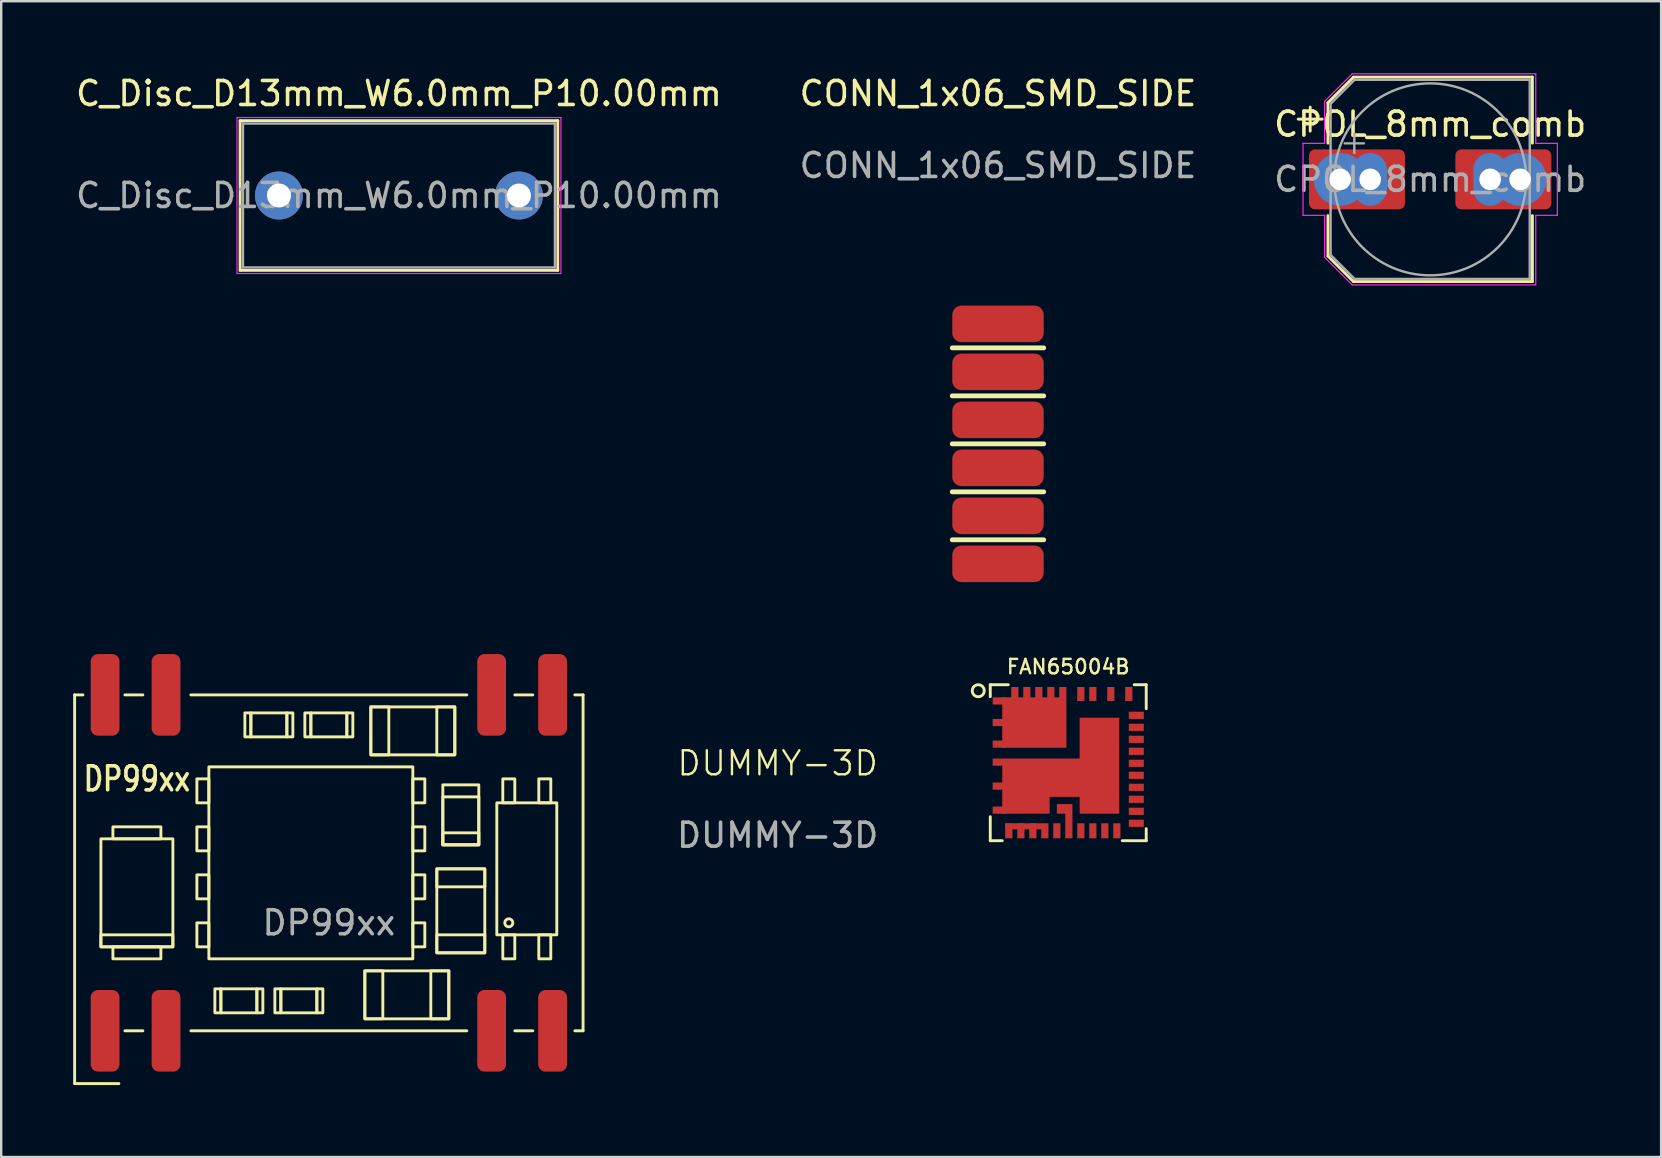
<source format=kicad_pcb>
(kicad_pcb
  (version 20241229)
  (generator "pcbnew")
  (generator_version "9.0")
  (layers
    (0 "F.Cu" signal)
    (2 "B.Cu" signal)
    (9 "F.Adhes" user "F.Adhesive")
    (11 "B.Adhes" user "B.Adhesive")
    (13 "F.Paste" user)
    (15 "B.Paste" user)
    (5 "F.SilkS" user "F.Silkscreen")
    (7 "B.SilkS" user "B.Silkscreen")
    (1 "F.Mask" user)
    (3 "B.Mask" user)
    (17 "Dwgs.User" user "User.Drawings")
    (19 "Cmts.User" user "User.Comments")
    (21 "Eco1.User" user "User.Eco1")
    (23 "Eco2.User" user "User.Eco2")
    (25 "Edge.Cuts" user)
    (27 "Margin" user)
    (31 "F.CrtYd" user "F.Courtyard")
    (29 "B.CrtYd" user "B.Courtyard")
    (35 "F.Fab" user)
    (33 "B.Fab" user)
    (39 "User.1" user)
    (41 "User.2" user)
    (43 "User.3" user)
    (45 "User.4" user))
  (footprint "C_Disc_D13mm_W6.0mm_P10.00mm"
    (layer "F.Cu")
    (at 8.577 5.098)
    (property "Reference" "C_Disc_D13mm_W6.0mm_P10.00mm" (at 5 -4.25 0) (layer "F.SilkS") (effects (font (size 1 1) (thickness 0.15))))
    (attr through_hole)
    (fp_line (start -1.62 -3.12) (end -1.62 3.12) (stroke (width 0.12) (type solid)) (layer "F.SilkS"))
    (fp_line (start -1.62 -3.12) (end 11.62 -3.12) (stroke (width 0.12) (type solid)) (layer "F.SilkS"))
    (fp_line (start -1.62 3.12) (end 11.62 3.12) (stroke (width 0.12) (type solid)) (layer "F.SilkS"))
    (fp_line (start 11.62 -3.12) (end 11.62 3.12) (stroke (width 0.12) (type solid)) (layer "F.SilkS"))
    (fp_line (start -1.75 -3.25) (end -1.75 3.25) (stroke (width 0.05) (type solid)) (layer "F.CrtYd"))
    (fp_line (start -1.75 3.25) (end 11.75 3.25) (stroke (width 0.05) (type solid)) (layer "F.CrtYd"))
    (fp_line (start 11.75 -3.25) (end -1.75 -3.25) (stroke (width 0.05) (type solid)) (layer "F.CrtYd"))
    (fp_line (start 11.75 3.25) (end 11.75 -3.25) (stroke (width 0.05) (type solid)) (layer "F.CrtYd"))
    (fp_line (start -1.5 -3) (end -1.5 3) (stroke (width 0.1) (type solid)) (layer "F.Fab"))
    (fp_line (start -1.5 3) (end 11.5 3) (stroke (width 0.1) (type solid)) (layer "F.Fab"))
    (fp_line (start 11.5 -3) (end -1.5 -3) (stroke (width 0.1) (type solid)) (layer "F.Fab"))
    (fp_line (start 11.5 3) (end 11.5 -3) (stroke (width 0.1) (type solid)) (layer "F.Fab"))
    (fp_text user "${REFERENCE}" (at 5 0 0) (layer "F.Fab") (effects (font (size 1 1) (thickness 0.15))))
    (pad "1" thru_hole circle (at 0 0) (size 2 2) (drill 1) (layers "*.Cu" "*.Mask"))
    (pad "2" thru_hole circle (at 10 0) (size 2 2) (drill 1) (layers "*.Cu" "*.Mask")))
  (footprint "CPOL_8mm_comb"
    (layer "F.Cu")
    (at 56.554 4.425)
    (property "Reference" "CPOL_8mm_comb" (at 0 -2.3 0) (unlocked yes) (layer "F.SilkS") (effects (font (size 1 1) (thickness 0.15))))
    (attr through_hole)
    (fp_line (start -5.5 -2.51) (end -4.5 -2.51) (stroke (width 0.12) (type solid)) (layer "F.SilkS"))
    (fp_line (start -5 -3.01) (end -5 -2.01) (stroke (width 0.12) (type solid)) (layer "F.SilkS"))
    (fp_line (start -4.26 -3.196) (end -4.26 -1.51) (stroke (width 0.12) (type solid)) (layer "F.SilkS"))
    (fp_line (start -4.26 -3.196) (end -3.196 -4.26) (stroke (width 0.12) (type solid)) (layer "F.SilkS"))
    (fp_line (start -4.26 3.196) (end -4.26 1.51) (stroke (width 0.12) (type solid)) (layer "F.SilkS"))
    (fp_line (start -4.26 3.196) (end -3.196 4.26) (stroke (width 0.12) (type solid)) (layer "F.SilkS"))
    (fp_line (start -3.196 -4.26) (end 4.26 -4.26) (stroke (width 0.12) (type solid)) (layer "F.SilkS"))
    (fp_line (start -3.196 4.26) (end 4.26 4.26) (stroke (width 0.12) (type solid)) (layer "F.SilkS"))
    (fp_line (start 4.26 -4.26) (end 4.26 -1.51) (stroke (width 0.12) (type solid)) (layer "F.SilkS"))
    (fp_line (start 4.26 4.26) (end 4.26 1.51) (stroke (width 0.12) (type solid)) (layer "F.SilkS"))
    (fp_line (start -5.3 -1.5) (end -5.3 1.5) (stroke (width 0.05) (type solid)) (layer "F.CrtYd"))
    (fp_line (start -5.3 1.5) (end -4.4 1.5) (stroke (width 0.05) (type solid)) (layer "F.CrtYd"))
    (fp_line (start -4.4 -3.25) (end -4.4 -1.5) (stroke (width 0.05) (type solid)) (layer "F.CrtYd"))
    (fp_line (start -4.4 -3.25) (end -3.25 -4.4) (stroke (width 0.05) (type solid)) (layer "F.CrtYd"))
    (fp_line (start -4.4 -1.5) (end -5.3 -1.5) (stroke (width 0.05) (type solid)) (layer "F.CrtYd"))
    (fp_line (start -4.4 1.5) (end -4.4 3.25) (stroke (width 0.05) (type solid)) (layer "F.CrtYd"))
    (fp_line (start -4.4 3.25) (end -3.25 4.4) (stroke (width 0.05) (type solid)) (layer "F.CrtYd"))
    (fp_line (start -3.25 -4.4) (end 4.4 -4.4) (stroke (width 0.05) (type solid)) (layer "F.CrtYd"))
    (fp_line (start -3.25 4.4) (end 4.4 4.4) (stroke (width 0.05) (type solid)) (layer "F.CrtYd"))
    (fp_line (start 4.4 -4.4) (end 4.4 -1.5) (stroke (width 0.05) (type solid)) (layer "F.CrtYd"))
    (fp_line (start 4.4 -1.5) (end 5.3 -1.5) (stroke (width 0.05) (type solid)) (layer "F.CrtYd"))
    (fp_line (start 4.4 1.5) (end 4.4 4.4) (stroke (width 0.05) (type solid)) (layer "F.CrtYd"))
    (fp_line (start 5.3 -1.5) (end 5.3 1.5) (stroke (width 0.05) (type solid)) (layer "F.CrtYd"))
    (fp_line (start 5.3 1.5) (end 4.4 1.5) (stroke (width 0.05) (type solid)) (layer "F.CrtYd"))
    (fp_line (start -4.15 -3.15) (end -4.15 3.15) (stroke (width 0.1) (type solid)) (layer "F.Fab"))
    (fp_line (start -4.15 -3.15) (end -3.15 -4.15) (stroke (width 0.1) (type solid)) (layer "F.Fab"))
    (fp_line (start -4.15 3.15) (end -3.15 4.15) (stroke (width 0.1) (type solid)) (layer "F.Fab"))
    (fp_line (start -3.562 -1.5) (end -2.762 -1.5) (stroke (width 0.1) (type solid)) (layer "F.Fab"))
    (fp_line (start -3.162 -1.9) (end -3.162 -1.1) (stroke (width 0.1) (type solid)) (layer "F.Fab"))
    (fp_line (start -3.15 -4.15) (end 4.15 -4.15) (stroke (width 0.1) (type solid)) (layer "F.Fab"))
    (fp_line (start -3.15 4.15) (end 4.15 4.15) (stroke (width 0.1) (type solid)) (layer "F.Fab"))
    (fp_line (start 4.15 -4.15) (end 4.15 4.15) (stroke (width 0.1) (type solid)) (layer "F.Fab"))
    (fp_circle (center 0 0) (end 4 0) (stroke (width 0.1) (type solid)) (fill no) (layer "F.Fab"))
    (fp_text user "${REFERENCE}" (at 0 0 0) (layer "F.Fab") (effects (font (size 1 1) (thickness 0.15))))
    (pad "1" thru_hole oval (at -3.75 0) (size 2.2 2.2) (drill oval 0.9) (layers "*.Cu" "*.Mask"))
    (pad "1" smd roundrect (at -3.05 0) (size 4 2.5) (layers "F.Cu" "F.Mask" "F.Paste") (roundrect_rratio 0.1))
    (pad "1" thru_hole oval (at -2.5 0) (size 1.4 2.2) (drill oval 0.9) (layers "*.Cu" "*.Mask"))
    (pad "2" thru_hole oval (at 2.5 0) (size 1.4 2.2) (drill oval 0.9) (layers "*.Cu" "*.Mask"))
    (pad "2" smd roundrect (at 3.05 0) (size 4 2.5) (layers "F.Cu" "F.Mask" "F.Paste") (roundrect_rratio 0.1))
    (pad "2" thru_hole oval (at 3.75 0) (size 2.2 2.2) (drill oval 0.9) (layers "*.Cu" "*.Mask")))
  (footprint "CONN_1x06_SMD_SIDE"
    (layer "F.Cu")
    (at 38.542 15.448)
    (property "Reference" "CONN_1x06_SMD_SIDE" (at 0 -14.6 0) (unlocked yes) (layer "F.SilkS") (effects (font (size 1 1) (thickness 0.15))))
    (attr smd)
    (fp_line (start -1.905 -4) (end 1.905 -4) (stroke (width 0.2) (type solid)) (layer "F.SilkS"))
    (fp_line (start -1.905 -2) (end 1.905 -2) (stroke (width 0.2) (type solid)) (layer "F.SilkS"))
    (fp_line (start -1.905 0) (end 1.905 0) (stroke (width 0.2) (type solid)) (layer "F.SilkS"))
    (fp_line (start -1.905 2) (end 1.905 2) (stroke (width 0.2) (type solid)) (layer "F.SilkS"))
    (fp_line (start -1.905 4) (end 1.905 4) (stroke (width 0.2) (type solid)) (layer "F.SilkS"))
    (fp_text user "${REFERENCE}" (at 0 -11.6 0) (unlocked yes) (layer "F.Fab") (effects (font (size 1 1) (thickness 0.15))))
    (pad "1" smd roundrect (at 0 -5) (size 3.81 1.524) (layers "F.Cu" "F.Mask" "F.Paste") (roundrect_rratio 0.25))
    (pad "2" smd roundrect (at 0 -3) (size 3.81 1.524) (layers "F.Cu" "F.Mask" "F.Paste") (roundrect_rratio 0.25))
    (pad "3" smd roundrect (at 0 -1) (size 3.81 1.524) (layers "F.Cu" "F.Mask" "F.Paste") (roundrect_rratio 0.25))
    (pad "4" smd roundrect (at 0 1) (size 3.81 1.524) (layers "F.Cu" "F.Mask" "F.Paste") (roundrect_rratio 0.25))
    (pad "5" smd roundrect (at 0 3) (size 3.81 1.524) (layers "F.Cu" "F.Mask" "F.Paste") (roundrect_rratio 0.25))
    (pad "6" smd roundrect (at 0 5) (size 3.81 1.524) (layers "F.Cu" "F.Mask" "F.Paste") (roundrect_rratio 0.25)))
  (footprint "DP99xx"
    (layer "F.Cu")
    (at 10.655 32.91)
    (property "Reference" "DP99xx" (at -8 -3.5 0) (unlocked yes) (layer "F.SilkS") (effects (font (size 1 0.8) (thickness 0.15))))
    (attr smd)
    (fp_line (start -10.595 -7) (end -10.595 9.2) (stroke (width 0.12) (type solid)) (layer "F.SilkS"))
    (fp_line (start -10.595 -7) (end -10.25 -7) (stroke (width 0.12) (type solid)) (layer "F.SilkS"))
    (fp_line (start -10.595 9.2) (end -8.75 9.2) (stroke (width 0.12) (type solid)) (layer "F.SilkS"))
    (fp_line (start -7.75 -7) (end -8.5 -7) (stroke (width 0.12) (type solid)) (layer "F.SilkS"))
    (fp_line (start -7.75 7) (end -8.5 7) (stroke (width 0.12) (type solid)) (layer "F.SilkS"))
    (fp_line (start -5.75 -7) (end 5.75 -7) (stroke (width 0.12) (type solid)) (layer "F.SilkS"))
    (fp_line (start -5.75 7) (end 5.75 7) (stroke (width 0.12) (type solid)) (layer "F.SilkS"))
    (fp_line (start 8.5 -7) (end 7.75 -7) (stroke (width 0.12) (type solid)) (layer "F.SilkS"))
    (fp_line (start 8.5 7) (end 7.75 7) (stroke (width 0.12) (type solid)) (layer "F.SilkS"))
    (fp_line (start 10.595 -7) (end 10.25 -7) (stroke (width 0.12) (type solid)) (layer "F.SilkS"))
    (fp_line (start 10.595 -7) (end 10.595 7) (stroke (width 0.12) (type solid)) (layer "F.SilkS"))
    (fp_line (start 10.595 7) (end 10.25 7) (stroke (width 0.12) (type solid)) (layer "F.SilkS"))
    (fp_rect (start -9.5 -1) (end -6.5 3.5) (stroke (width 0.12) (type default)) (fill no) (layer "F.SilkS"))
    (fp_rect (start -9 -1) (end -7 -1.5) (stroke (width 0.12) (type default)) (fill no) (layer "F.SilkS"))
    (fp_rect (start -7 3.5) (end -9 4) (stroke (width 0.12) (type default)) (fill no) (layer "F.SilkS"))
    (fp_rect (start -6.5 3.5) (end -9.5 3) (stroke (width 0.12) (type default)) (fill no) (layer "F.SilkS"))
    (fp_rect (start -5 -4) (end 3.5 4) (stroke (width 0.12) (type default)) (fill no) (layer "F.SilkS"))
    (fp_rect (start -5 -3.5) (end -5.5 -2.5) (stroke (width 0.12) (type default)) (fill no) (layer "F.SilkS"))
    (fp_rect (start -5 -1.5) (end -5.5 -0.5) (stroke (width 0.12) (type default)) (fill no) (layer "F.SilkS"))
    (fp_rect (start -5 0.5) (end -5.5 1.5) (stroke (width 0.12) (type default)) (fill no) (layer "F.SilkS"))
    (fp_rect (start -5 2.5) (end -5.5 3.5) (stroke (width 0.12) (type default)) (fill no) (layer "F.SilkS"))
    (fp_rect (start -4.5 5.25) (end -4.75 6.25) (stroke (width 0.12) (type default)) (fill no) (layer "F.SilkS"))
    (fp_rect (start -4.5 5.25) (end -3 6.25) (stroke (width 0.12) (type default)) (fill no) (layer "F.SilkS"))
    (fp_rect (start -3.25 -6.25) (end -3.5 -5.25) (stroke (width 0.12) (type default)) (fill no) (layer "F.SilkS"))
    (fp_rect (start -3.25 -6.25) (end -1.75 -5.25) (stroke (width 0.12) (type default)) (fill no) (layer "F.SilkS"))
    (fp_rect (start -3 5.25) (end -2.75 6.25) (stroke (width 0.12) (type default)) (fill no) (layer "F.SilkS"))
    (fp_rect (start -2 5.25) (end -0.5 6.25) (stroke (width 0.12) (type default)) (fill no) (layer "F.SilkS"))
    (fp_rect (start -2 6.25) (end -2.25 5.25) (stroke (width 0.12) (type default)) (fill no) (layer "F.SilkS"))
    (fp_rect (start -1.75 -6.25) (end -1.5 -5.25) (stroke (width 0.12) (type default)) (fill no) (layer "F.SilkS"))
    (fp_rect (start -0.75 -6.25) (end 0.75 -5.25) (stroke (width 0.12) (type default)) (fill no) (layer "F.SilkS"))
    (fp_rect (start -0.75 -5.25) (end -1 -6.25) (stroke (width 0.12) (type default)) (fill no) (layer "F.SilkS"))
    (fp_rect (start -0.5 5.25) (end -0.25 6.25) (stroke (width 0.12) (type default)) (fill no) (layer "F.SilkS"))
    (fp_rect (start 0.75 -6.25) (end 1 -5.25) (stroke (width 0.12) (type default)) (fill no) (layer "F.SilkS"))
    (fp_rect (start 1.5 4.5) (end 2.25 6.5) (stroke (width 0.12) (type default)) (fill no) (layer "F.SilkS"))
    (fp_rect (start 1.75 -6.5) (end 2.5 -4.5) (stroke (width 0.12) (type default)) (fill no) (layer "F.SilkS"))
    (fp_rect (start 4 -3.5) (end 3.5 -2.5) (stroke (width 0.12) (type default)) (fill no) (layer "F.SilkS"))
    (fp_rect (start 4 -1.5) (end 3.5 -0.5) (stroke (width 0.12) (type default)) (fill no) (layer "F.SilkS"))
    (fp_rect (start 4 0.5) (end 3.5 1.5) (stroke (width 0.12) (type default)) (fill no) (layer "F.SilkS"))
    (fp_rect (start 4 2.5) (end 3.5 3.5) (stroke (width 0.12) (type default)) (fill no) (layer "F.SilkS"))
    (fp_rect (start 4.5 0.25) (end 6.5 3.75) (stroke (width 0.12) (type default)) (fill no) (layer "F.SilkS"))
    (fp_rect (start 4.5 3.75) (end 6.5 3) (stroke (width 0.12) (type default)) (fill no) (layer "F.SilkS"))
    (fp_rect (start 4.75 -2.75) (end 6.25 -0.75) (stroke (width 0.12) (type default)) (fill no) (layer "F.SilkS"))
    (fp_rect (start 5 4.5) (end 1.5 6.5) (stroke (width 0.12) (type default)) (fill no) (layer "F.SilkS"))
    (fp_rect (start 5 6.5) (end 4.25 4.5) (stroke (width 0.12) (type default)) (fill no) (layer "F.SilkS"))
    (fp_rect (start 5.25 -6.5) (end 1.75 -4.5) (stroke (width 0.12) (type default)) (fill no) (layer "F.SilkS"))
    (fp_rect (start 5.25 -4.5) (end 4.5 -6.5) (stroke (width 0.12) (type default)) (fill no) (layer "F.SilkS"))
    (fp_rect (start 6.25 -3.25) (end 4.75 -0.75) (stroke (width 0.12) (type default)) (fill no) (layer "F.SilkS"))
    (fp_rect (start 6.25 -0.75) (end 4.75 -1.25) (stroke (width 0.12) (type default)) (fill no) (layer "F.SilkS"))
    (fp_rect (start 6.5 0.25) (end 4.5 1) (stroke (width 0.12) (type default)) (fill no) (layer "F.SilkS"))
    (fp_rect (start 7 -2.5) (end 9.5 3) (stroke (width 0.12) (type default)) (fill no) (layer "F.SilkS"))
    (fp_rect (start 7.25 -2.5) (end 7.75 -3.5) (stroke (width 0.12) (type default)) (fill no) (layer "F.SilkS"))
    (fp_rect (start 7.75 3) (end 7.25 4) (stroke (width 0.12) (type default)) (fill no) (layer "F.SilkS"))
    (fp_rect (start 9.25 -3.5) (end 8.75 -2.5) (stroke (width 0.12) (type default)) (fill no) (layer "F.SilkS"))
    (fp_rect (start 9.25 3) (end 8.75 4) (stroke (width 0.12) (type default)) (fill no) (layer "F.SilkS"))
    (fp_circle (center 7.5 2.5) (end 7.667 2.5) (stroke (width 0.12) (type default)) (fill no) (layer "F.SilkS"))
    (fp_text user "${REFERENCE}" (at 0 2.5 0) (unlocked yes) (layer "F.Fab") (effects (font (size 1 1) (thickness 0.15))))
    (pad "1" smd roundrect (at -9.325 7 90) (size 3.4 1.2) (layers "F.Cu" "F.Mask" "F.Paste") (roundrect_rratio 0.25))
    (pad "2" smd roundrect (at -6.785 7 90) (size 3.4 1.2) (layers "F.Cu" "F.Mask" "F.Paste") (roundrect_rratio 0.25))
    (pad "3" smd roundrect (at 6.785 7 90) (size 3.4 1.2) (layers "F.Cu" "F.Mask" "F.Paste") (roundrect_rratio 0.25))
    (pad "4" smd roundrect (at 9.325 7 90) (size 3.4 1.2) (layers "F.Cu" "F.Mask" "F.Paste") (roundrect_rratio 0.25))
    (pad "5" smd roundrect (at 9.325 -7 90) (size 3.4 1.2) (layers "F.Cu" "F.Mask" "F.Paste") (roundrect_rratio 0.25))
    (pad "6" smd roundrect (at 6.785 -7 90) (size 3.4 1.2) (layers "F.Cu" "F.Mask" "F.Paste") (roundrect_rratio 0.25))
    (pad "7" smd roundrect (at -6.785 -7 90) (size 3.4 1.2) (layers "F.Cu" "F.Mask" "F.Paste") (roundrect_rratio 0.25))
    (pad "8" smd roundrect (at -9.325 -7 90) (size 3.4 1.2) (layers "F.Cu" "F.Mask" "F.Paste") (roundrect_rratio 0.25)))
  (footprint "DUMMY-3D"
    (layer "F.Cu")
    (at 29.36 29.26)
    (property "Reference" "DUMMY-3D" (at 0 -0.5 0) (unlocked yes) (layer "F.SilkS") (effects (font (size 1 1) (thickness 0.1))))
    (attr smd)
    (fp_line (start -5 0) (end 5 0) (stroke (width 0.1) (type default)) (layer "Eco1.User"))
    (fp_line (start 0 -5) (end 0 5) (stroke (width 0.1) (type default)) (layer "Eco1.User"))
    (fp_line (start -5 0) (end 0 5) (stroke (width 0.1) (type default)) (layer "Eco2.User"))
    (fp_line (start 0 -5) (end -5 0) (stroke (width 0.1) (type default)) (layer "Eco2.User"))
    (fp_line (start 0 5) (end 5 0) (stroke (width 0.1) (type default)) (layer "Eco2.User"))
    (fp_line (start 5 0) (end 0 -5) (stroke (width 0.1) (type default)) (layer "Eco2.User"))
    (fp_text user "${REFERENCE}" (at 0 2.5 0) (unlocked yes) (layer "F.Fab") (effects (font (size 1 1) (thickness 0.15)))))
  (footprint "FAN65004B"
    (layer "F.Cu")
    (at 41.47 28.737)
    (property "Reference" "FAN65004B" (at 0 -4 0) (layer "F.SilkS") (effects (font (size 0.6 0.6) (thickness 0.1))))
    (attr smd)
    (fp_line (start -3.25 -3.25) (end -3.25 -2.75) (stroke (width 0.12) (type solid)) (layer "F.SilkS"))
    (fp_line (start -3.25 3.25) (end -3.25 2.25) (stroke (width 0.12) (type solid)) (layer "F.SilkS"))
    (fp_line (start -2.75 3.25) (end -3.25 3.25) (stroke (width 0.12) (type solid)) (layer "F.SilkS"))
    (fp_line (start -2.5 -3.25) (end -3.25 -3.25) (stroke (width 0.12) (type solid)) (layer "F.SilkS"))
    (fp_line (start 2.75 -3.25) (end 3.25 -3.25) (stroke (width 0.12) (type solid)) (layer "F.SilkS"))
    (fp_line (start 3.25 -3.25) (end 3.25 -2.25) (stroke (width 0.12) (type solid)) (layer "F.SilkS"))
    (fp_line (start 3.25 2.75) (end 3.25 3.25) (stroke (width 0.12) (type solid)) (layer "F.SilkS"))
    (fp_line (start 3.25 3.25) (end 2.25 3.25) (stroke (width 0.12) (type solid)) (layer "F.SilkS"))
    (fp_circle (center -3.75 -3) (end -3.5 -3) (stroke (width 0.12) (type solid)) (fill no) (layer "F.SilkS"))
    (pad "1" smd rect (at -2.86 -2.575 90) (size 0.3 0.58) (layers "F.Cu" "F.Mask" "F.Paste"))
    (pad "2" smd rect (at -2.86 -1.675 90) (size 0.3 0.58) (layers "F.Cu" "F.Mask" "F.Paste"))
    (pad "3" smd rect (at -2.86 -0.775 90) (size 0.3 0.58) (layers "F.Cu" "F.Mask" "F.Paste"))
    (pad "4" smd custom (at -2.86 -0.025) (size 0.58 0.3) (layers "F.Cu" "F.Mask" "F.Paste") (options (anchor rect)) (primitives (gr_poly (pts (xy 4.985 2.15) (xy 3.335 2.15) (xy 3.335 1.45) (xy 2.085 1.45) (xy 2.085 2.15) (xy 0.11 2.15) (xy 0.11 -0.15) (xy 3.335 -0.15) (xy 3.335 -1.85) (xy 4.985 -1.85)) (width 0) (fill yes))))
    (pad "5" smd rect (at -2.86 0.975 90) (size 0.3 0.58) (layers "F.Cu" "F.Mask" "F.Paste"))
    (pad "6" smd rect (at -2.86 1.975 90) (size 0.3 0.58) (layers "F.Cu" "F.Mask" "F.Paste"))
    (pad "7" smd rect (at -2.475 2.837) (size 0.3 0.625) (layers "F.Cu" "F.Mask" "F.Paste"))
    (pad "8" smd rect (at -1.975 2.837) (size 0.3 0.625) (layers "F.Cu" "F.Mask" "F.Paste"))
    (pad "9" smd rect (at -1.475 2.837) (size 0.3 0.625) (layers "F.Cu" "F.Mask" "F.Paste"))
    (pad "10" smd custom (at -0.975 2.837) (size 0.3 0.625) (layers "F.Cu" "F.Mask" "F.Paste") (options (anchor rect)) (primitives (gr_poly (pts (xy 0.15 -0.062) (xy -1.65 -0.062) (xy -1.65 -0.312) (xy 0.15 -0.312)) (width 0) (fill yes))))
    (pad "11" smd rect (at -0.475 2.837) (size 0.3 0.625) (layers "F.Cu" "F.Mask" "F.Paste"))
    (pad "12" smd custom (at 0.025 2.837) (size 0.3 0.625) (layers "F.Cu" "F.Mask" "F.Paste") (options (anchor rect)) (primitives (gr_poly (pts (xy 0.15 -0.312) (xy -0.15 -0.312) (xy -0.15 -0.713) (xy -0.5 -0.713) (xy -0.5 -1.113) (xy 0.15 -1.113)) (width 0) (fill yes))))
    (pad "13" smd rect (at 0.525 2.837) (size 0.3 0.625) (layers "F.Cu" "F.Mask" "F.Paste"))
    (pad "14" smd rect (at 1.025 2.837) (size 0.3 0.625) (layers "F.Cu" "F.Mask" "F.Paste"))
    (pad "15" smd rect (at 1.525 2.837) (size 0.3 0.625) (layers "F.Cu" "F.Mask" "F.Paste"))
    (pad "16" smd rect (at 2.025 2.837) (size 0.3 0.625) (layers "F.Cu" "F.Mask" "F.Paste"))
    (pad "17" smd rect (at 2.837 2.525 90) (size 0.3 0.625) (layers "F.Cu" "F.Mask" "F.Paste"))
    (pad "18" smd rect (at 2.837 2.025 90) (size 0.3 0.625) (layers "F.Cu" "F.Mask" "F.Paste"))
    (pad "19" smd rect (at 2.837 1.525 90) (size 0.3 0.625) (layers "F.Cu" "F.Mask" "F.Paste"))
    (pad "20" smd rect (at 2.837 1.025 90) (size 0.3 0.625) (layers "F.Cu" "F.Mask" "F.Paste"))
    (pad "21" smd rect (at 2.837 0.525 90) (size 0.3 0.625) (layers "F.Cu" "F.Mask" "F.Paste"))
    (pad "22" smd rect (at 2.837 0.025 90) (size 0.3 0.625) (layers "F.Cu" "F.Mask" "F.Paste"))
    (pad "23" smd rect (at 2.837 -0.475 90) (size 0.3 0.625) (layers "F.Cu" "F.Mask" "F.Paste"))
    (pad "24" smd rect (at 2.837 -0.975 90) (size 0.3 0.625) (layers "F.Cu" "F.Mask" "F.Paste"))
    (pad "25" smd rect (at 2.837 -1.475 90) (size 0.3 0.625) (layers "F.Cu" "F.Mask" "F.Paste"))
    (pad "26" smd rect (at 2.837 -1.975 90) (size 0.3 0.625) (layers "F.Cu" "F.Mask" "F.Paste"))
    (pad "27" smd rect (at 2.525 -2.865) (size 0.3 0.58) (layers "F.Cu" "F.Mask" "F.Paste"))
    (pad "28" smd rect (at 1.775 -2.865) (size 0.3 0.58) (layers "F.Cu" "F.Mask" "F.Paste"))
    (pad "29" smd rect (at 1.025 -2.865) (size 0.3 0.58) (layers "F.Cu" "F.Mask" "F.Paste"))
    (pad "30" smd rect (at 0.525 -2.865) (size 0.3 0.58) (layers "F.Cu" "F.Mask" "F.Paste"))
    (pad "31" smd custom (at -0.225 -2.865) (size 0.3 0.58) (layers "F.Cu" "F.Mask" "F.Paste") (options (anchor rect)) (primitives (gr_poly (pts (xy 0.15 2.24) (xy -2.525 2.24) (xy -2.525 0.14) (xy 0.15 0.14)) (width 0) (fill yes))))
    (pad "32" smd rect (at -0.725 -2.865) (size 0.3 0.58) (layers "F.Cu" "F.Mask" "F.Paste"))
    (pad "33" smd rect (at -1.225 -2.865) (size 0.3 0.58) (layers "F.Cu" "F.Mask" "F.Paste"))
    (pad "34" smd rect (at -1.725 -2.865) (size 0.3 0.58) (layers "F.Cu" "F.Mask" "F.Paste"))
    (pad "35" smd rect (at -2.225 -2.865) (size 0.3 0.58) (layers "F.Cu" "F.Mask" "F.Paste")))
  (gr_rect
    (start -3 -3)
    (end 66.179 45.17)
    (stroke (width 0.1) (type default))
    (fill no)
    (layer "Edge.Cuts")))
</source>
